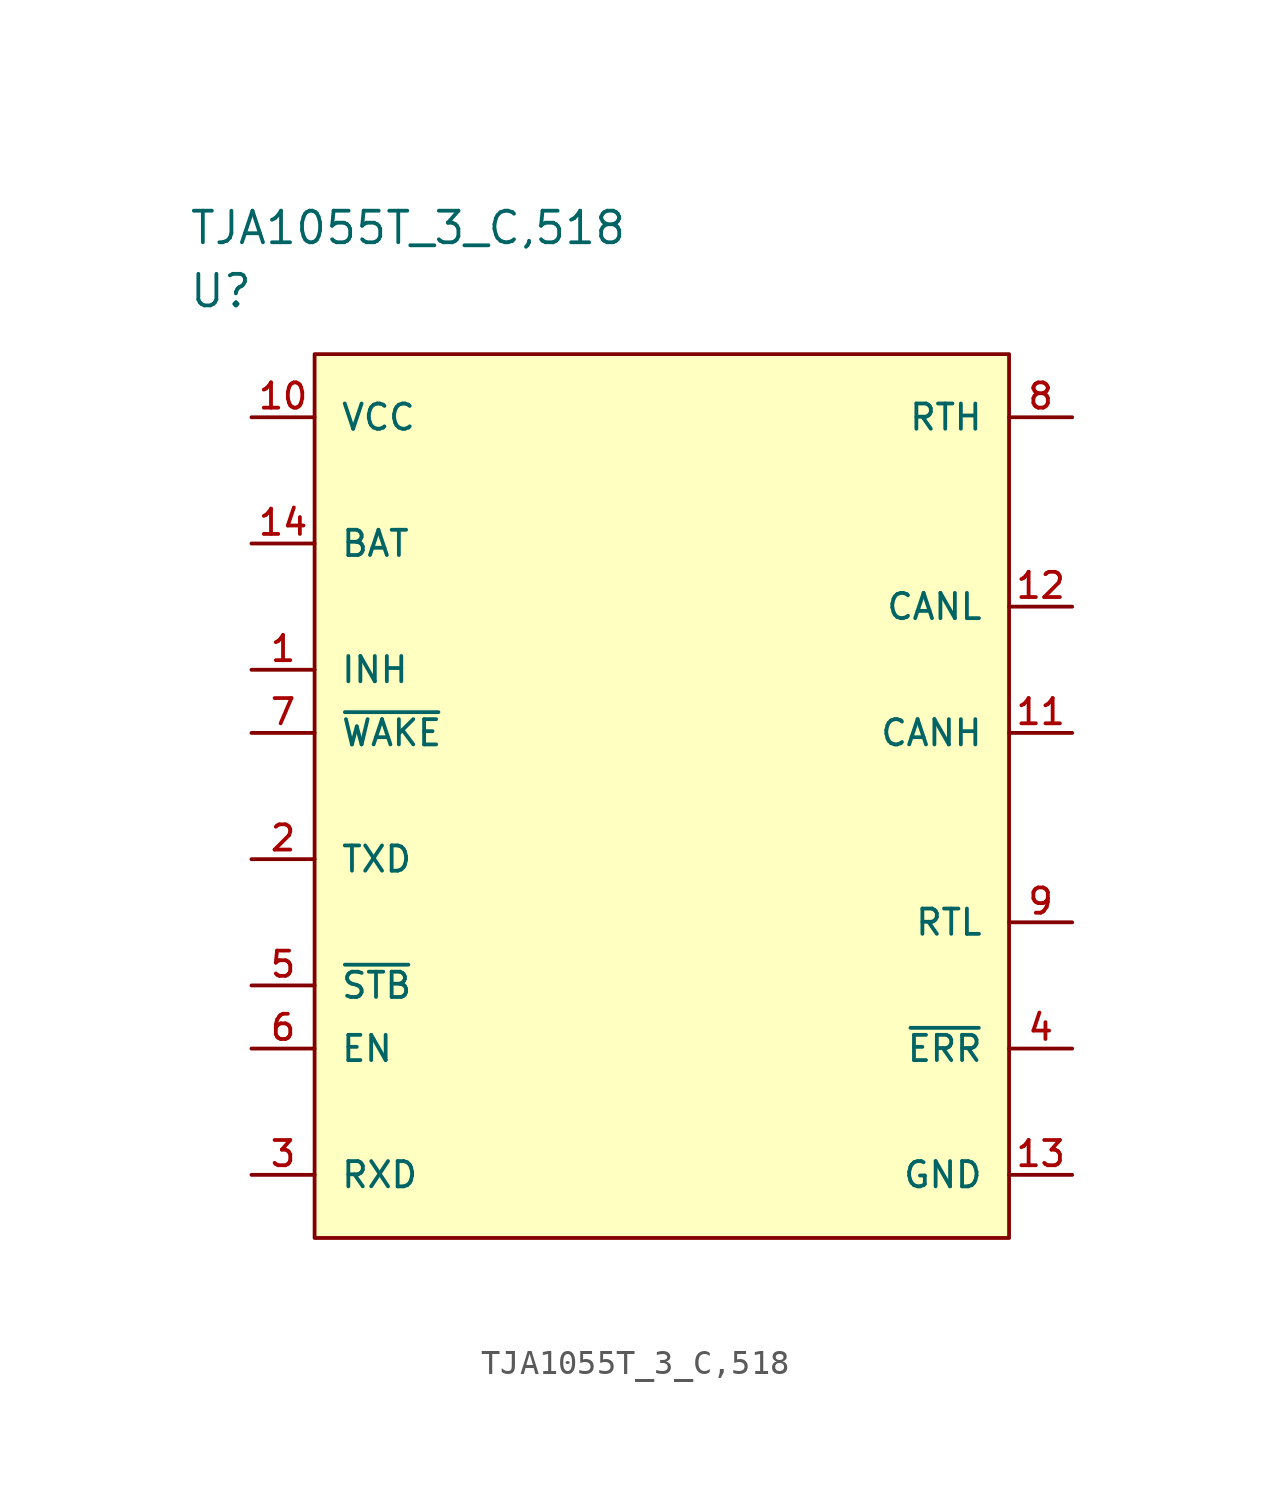
<source format=kicad_sym>
(kicad_symbol_lib
  (version 20220914)
  (generator kicad_symbol_editor)
  (symbol "TJA1055T_3_C,518"
    (pin_names
      (offset 1.016))
    (property "Reference" "U"
      (at 0 5.08 0)
      (effects (font (size 1.27 1.27)) (justify left)))
    (property "Value" "TJA1055T_3_C,518"
      (at 0 7.62 0)
      (effects (font (size 1.27 1.27)) (justify left)))
    (symbol "TJA1055T_3_C,518_1_1"
      (rectangle (start 5.08 2.54) (end 33.02 -33.02) (stroke (width 0) (type solid)) (fill (type background)))
      (pin passive line (at 2.54 -10.16 0) (length 2.54) (name "INH" (effects (font (size 1.016 1.016)))) (number "1" (effects (font (size 1.016 1.016)))))
      (pin power_in line (at 2.54 0 0) (length 2.54) (name "VCC" (effects (font (size 1.016 1.016)))) (number "10" (effects (font (size 1.016 1.016)))))
      (pin bidirectional line (at 35.56 -12.7 180) (length 2.54) (name "CANH" (effects (font (size 1.016 1.016)))) (number "11" (effects (font (size 1.016 1.016)))))
      (pin bidirectional line (at 35.56 -7.62 180) (length 2.54) (name "CANL" (effects (font (size 1.016 1.016)))) (number "12" (effects (font (size 1.016 1.016)))))
      (pin power_in line (at 35.56 -30.48 180) (length 2.54) (name "GND" (effects (font (size 1.016 1.016)))) (number "13" (effects (font (size 1.016 1.016)))))
      (pin power_in line (at 2.54 -5.08 0) (length 2.54) (name "BAT" (effects (font (size 1.016 1.016)))) (number "14" (effects (font (size 1.016 1.016)))))
      (pin input line (at 2.54 -17.78 0) (length 2.54) (name "TXD" (effects (font (size 1.016 1.016)))) (number "2" (effects (font (size 1.016 1.016)))))
      (pin output line (at 2.54 -30.48 0) (length 2.54) (name "RXD" (effects (font (size 1.016 1.016)))) (number "3" (effects (font (size 1.016 1.016)))))
      (pin output line (at 35.56 -25.4 180) (length 2.54) (name "~{ERR}" (effects (font (size 1.016 1.016)))) (number "4" (effects (font (size 1.016 1.016)))))
      (pin input line (at 2.54 -22.86 0) (length 2.54) (name "~{STB}" (effects (font (size 1.016 1.016)))) (number "5" (effects (font (size 1.016 1.016)))))
      (pin input line (at 2.54 -25.4 0) (length 2.54) (name "EN" (effects (font (size 1.016 1.016)))) (number "6" (effects (font (size 1.016 1.016)))))
      (pin input line (at 2.54 -12.7 0) (length 2.54) (name "~{WAKE}" (effects (font (size 1.016 1.016)))) (number "7" (effects (font (size 1.016 1.016)))))
      (pin passive line (at 35.56 0 180) (length 2.54) (name "RTH" (effects (font (size 1.016 1.016)))) (number "8" (effects (font (size 1.016 1.016)))))
      (pin passive line (at 35.56 -20.32 180) (length 2.54) (name "RTL" (effects (font (size 1.016 1.016)))) (number "9" (effects (font (size 1.016 1.016))))))))
</source>
